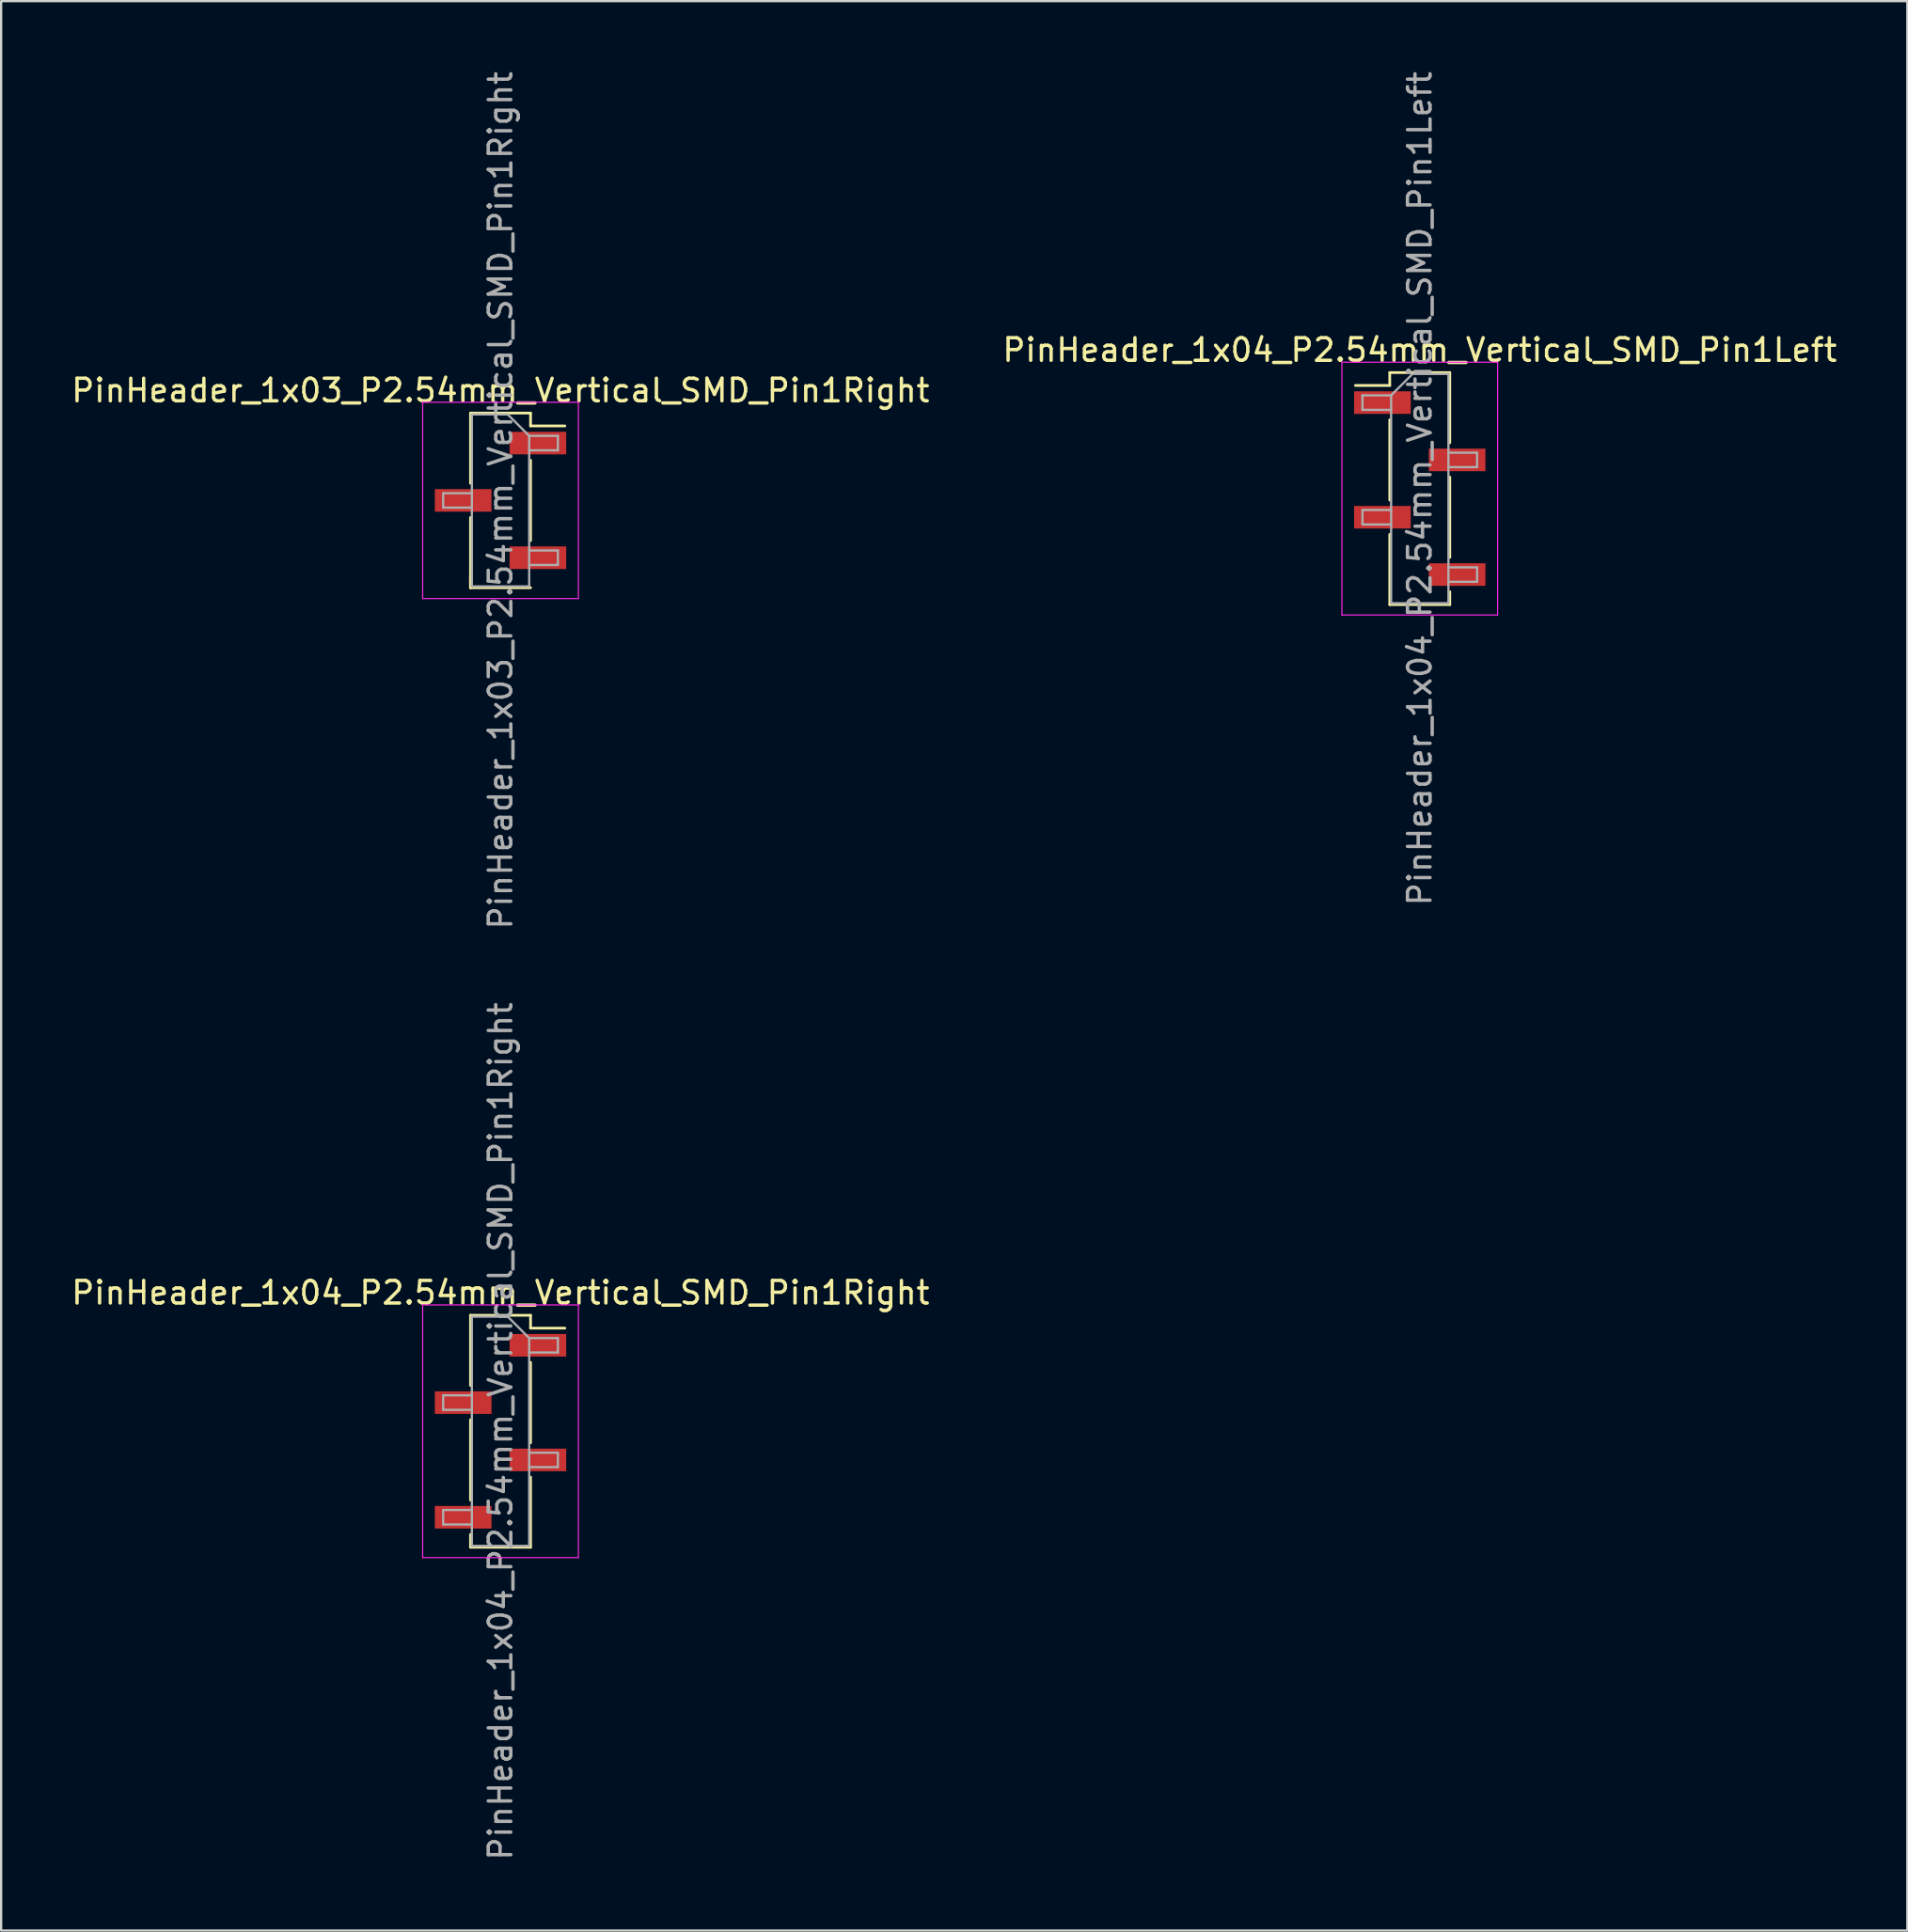
<source format=kicad_pcb>
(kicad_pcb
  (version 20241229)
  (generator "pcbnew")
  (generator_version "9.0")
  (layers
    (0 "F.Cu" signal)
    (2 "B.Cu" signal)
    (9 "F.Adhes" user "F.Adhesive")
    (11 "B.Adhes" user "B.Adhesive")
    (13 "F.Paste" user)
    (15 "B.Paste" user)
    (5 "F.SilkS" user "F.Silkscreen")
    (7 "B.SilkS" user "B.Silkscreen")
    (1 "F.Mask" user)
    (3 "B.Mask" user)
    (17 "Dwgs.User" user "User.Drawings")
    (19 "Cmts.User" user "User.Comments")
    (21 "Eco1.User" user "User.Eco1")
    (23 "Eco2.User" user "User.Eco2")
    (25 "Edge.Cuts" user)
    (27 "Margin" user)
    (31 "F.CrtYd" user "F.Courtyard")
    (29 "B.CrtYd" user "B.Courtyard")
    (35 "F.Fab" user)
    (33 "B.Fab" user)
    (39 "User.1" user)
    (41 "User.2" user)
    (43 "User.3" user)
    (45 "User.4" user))
  (footprint "PinHeader_1x03_P2.54mm_Vertical_SMD_Pin1Right"
    (layer "F.Cu")
    (at 19.125 19.125)
    (property "Reference" "PinHeader_1x03_P2.54mm_Vertical_SMD_Pin1Right" (at 0 -4.87 0) (layer "F.SilkS") (effects (font (size 1 1) (thickness 0.15))))
    (attr smd)
    (fp_line (start -1.33 -3.87) (end -1.33 -0.76) (stroke (width 0.12) (type solid)) (layer "F.SilkS"))
    (fp_line (start -1.33 -3.87) (end 1.33 -3.87) (stroke (width 0.12) (type solid)) (layer "F.SilkS"))
    (fp_line (start -1.33 0.76) (end -1.33 3.87) (stroke (width 0.12) (type solid)) (layer "F.SilkS"))
    (fp_line (start -1.33 3.3) (end -1.33 3.87) (stroke (width 0.12) (type solid)) (layer "F.SilkS"))
    (fp_line (start -1.33 3.87) (end 1.33 3.87) (stroke (width 0.12) (type solid)) (layer "F.SilkS"))
    (fp_line (start 1.33 -3.87) (end 1.33 -3.3) (stroke (width 0.12) (type solid)) (layer "F.SilkS"))
    (fp_line (start 1.33 -3.3) (end 2.85 -3.3) (stroke (width 0.12) (type solid)) (layer "F.SilkS"))
    (fp_line (start 1.33 -1.78) (end 1.33 1.78) (stroke (width 0.12) (type solid)) (layer "F.SilkS"))
    (fp_line (start -3.45 -4.35) (end -3.45 4.35) (stroke (width 0.05) (type solid)) (layer "F.CrtYd"))
    (fp_line (start -3.45 4.35) (end 3.45 4.35) (stroke (width 0.05) (type solid)) (layer "F.CrtYd"))
    (fp_line (start 3.45 -4.35) (end -3.45 -4.35) (stroke (width 0.05) (type solid)) (layer "F.CrtYd"))
    (fp_line (start 3.45 4.35) (end 3.45 -4.35) (stroke (width 0.05) (type solid)) (layer "F.CrtYd"))
    (fp_line (start -2.54 -0.32) (end -2.54 0.32) (stroke (width 0.1) (type solid)) (layer "F.Fab"))
    (fp_line (start -2.54 0.32) (end -1.27 0.32) (stroke (width 0.1) (type solid)) (layer "F.Fab"))
    (fp_line (start -1.27 -3.81) (end -1.27 3.81) (stroke (width 0.1) (type solid)) (layer "F.Fab"))
    (fp_line (start -1.27 -3.81) (end 0.32 -3.81) (stroke (width 0.1) (type solid)) (layer "F.Fab"))
    (fp_line (start -1.27 -0.32) (end -2.54 -0.32) (stroke (width 0.1) (type solid)) (layer "F.Fab"))
    (fp_line (start 1.27 -2.86) (end 0.32 -3.81) (stroke (width 0.1) (type solid)) (layer "F.Fab"))
    (fp_line (start 1.27 -2.86) (end 2.54 -2.86) (stroke (width 0.1) (type solid)) (layer "F.Fab"))
    (fp_line (start 1.27 2.22) (end 2.54 2.22) (stroke (width 0.1) (type solid)) (layer "F.Fab"))
    (fp_line (start 1.27 3.81) (end -1.27 3.81) (stroke (width 0.1) (type solid)) (layer "F.Fab"))
    (fp_line (start 1.27 3.81) (end 1.27 -2.86) (stroke (width 0.1) (type solid)) (layer "F.Fab"))
    (fp_line (start 2.54 -2.86) (end 2.54 -2.22) (stroke (width 0.1) (type solid)) (layer "F.Fab"))
    (fp_line (start 2.54 -2.22) (end 1.27 -2.22) (stroke (width 0.1) (type solid)) (layer "F.Fab"))
    (fp_line (start 2.54 2.22) (end 2.54 2.86) (stroke (width 0.1) (type solid)) (layer "F.Fab"))
    (fp_line (start 2.54 2.86) (end 1.27 2.86) (stroke (width 0.1) (type solid)) (layer "F.Fab"))
    (fp_text user "${REFERENCE}" (at 0 0 90) (layer "F.Fab") (effects (font (size 1 1) (thickness 0.15))))
    (pad "1" smd rect (at 1.655 -2.54) (size 2.51 1) (layers "F.Cu" "F.Mask" "F.Paste"))
    (pad "2" smd rect (at -1.655 0) (size 2.51 1) (layers "F.Cu" "F.Mask" "F.Paste"))
    (pad "3" smd rect (at 1.655 2.54) (size 2.51 1) (layers "F.Cu" "F.Mask" "F.Paste")))
  (footprint "PinHeader_1x04_P2.54mm_Vertical_SMD_Pin1Left"
    (layer "F.Cu")
    (at 59.851 18.601)
    (property "Reference" "PinHeader_1x04_P2.54mm_Vertical_SMD_Pin1Left" (at 0 -6.14 0) (layer "F.SilkS") (effects (font (size 1 1) (thickness 0.15))))
    (attr smd)
    (fp_line (start -1.33 -5.14) (end -1.33 -4.57) (stroke (width 0.12) (type solid)) (layer "F.SilkS"))
    (fp_line (start -1.33 -5.14) (end 1.33 -5.14) (stroke (width 0.12) (type solid)) (layer "F.SilkS"))
    (fp_line (start -1.33 -4.57) (end -2.85 -4.57) (stroke (width 0.12) (type solid)) (layer "F.SilkS"))
    (fp_line (start -1.33 -3.05) (end -1.33 0.51) (stroke (width 0.12) (type solid)) (layer "F.SilkS"))
    (fp_line (start -1.33 2.03) (end -1.33 5.14) (stroke (width 0.12) (type solid)) (layer "F.SilkS"))
    (fp_line (start -1.33 5.14) (end 1.33 5.14) (stroke (width 0.12) (type solid)) (layer "F.SilkS"))
    (fp_line (start 1.33 -5.14) (end 1.33 -2.03) (stroke (width 0.12) (type solid)) (layer "F.SilkS"))
    (fp_line (start 1.33 -0.51) (end 1.33 3.05) (stroke (width 0.12) (type solid)) (layer "F.SilkS"))
    (fp_line (start 1.33 4.57) (end 1.33 5.14) (stroke (width 0.12) (type solid)) (layer "F.SilkS"))
    (fp_line (start -3.45 -5.6) (end -3.45 5.6) (stroke (width 0.05) (type solid)) (layer "F.CrtYd"))
    (fp_line (start -3.45 5.6) (end 3.45 5.6) (stroke (width 0.05) (type solid)) (layer "F.CrtYd"))
    (fp_line (start 3.45 -5.6) (end -3.45 -5.6) (stroke (width 0.05) (type solid)) (layer "F.CrtYd"))
    (fp_line (start 3.45 5.6) (end 3.45 -5.6) (stroke (width 0.05) (type solid)) (layer "F.CrtYd"))
    (fp_line (start -2.54 -4.13) (end -2.54 -3.49) (stroke (width 0.1) (type solid)) (layer "F.Fab"))
    (fp_line (start -2.54 -3.49) (end -1.27 -3.49) (stroke (width 0.1) (type solid)) (layer "F.Fab"))
    (fp_line (start -2.54 0.95) (end -2.54 1.59) (stroke (width 0.1) (type solid)) (layer "F.Fab"))
    (fp_line (start -2.54 1.59) (end -1.27 1.59) (stroke (width 0.1) (type solid)) (layer "F.Fab"))
    (fp_line (start -1.27 -4.13) (end -2.54 -4.13) (stroke (width 0.1) (type solid)) (layer "F.Fab"))
    (fp_line (start -1.27 -4.13) (end -0.32 -5.08) (stroke (width 0.1) (type solid)) (layer "F.Fab"))
    (fp_line (start -1.27 0.95) (end -2.54 0.95) (stroke (width 0.1) (type solid)) (layer "F.Fab"))
    (fp_line (start -1.27 5.08) (end -1.27 -4.13) (stroke (width 0.1) (type solid)) (layer "F.Fab"))
    (fp_line (start -0.32 -5.08) (end 1.27 -5.08) (stroke (width 0.1) (type solid)) (layer "F.Fab"))
    (fp_line (start 1.27 -5.08) (end 1.27 5.08) (stroke (width 0.1) (type solid)) (layer "F.Fab"))
    (fp_line (start 1.27 -1.59) (end 2.54 -1.59) (stroke (width 0.1) (type solid)) (layer "F.Fab"))
    (fp_line (start 1.27 3.49) (end 2.54 3.49) (stroke (width 0.1) (type solid)) (layer "F.Fab"))
    (fp_line (start 1.27 5.08) (end -1.27 5.08) (stroke (width 0.1) (type solid)) (layer "F.Fab"))
    (fp_line (start 2.54 -1.59) (end 2.54 -0.95) (stroke (width 0.1) (type solid)) (layer "F.Fab"))
    (fp_line (start 2.54 -0.95) (end 1.27 -0.95) (stroke (width 0.1) (type solid)) (layer "F.Fab"))
    (fp_line (start 2.54 3.49) (end 2.54 4.13) (stroke (width 0.1) (type solid)) (layer "F.Fab"))
    (fp_line (start 2.54 4.13) (end 1.27 4.13) (stroke (width 0.1) (type solid)) (layer "F.Fab"))
    (fp_text user "${REFERENCE}" (at 0 0 90) (layer "F.Fab") (effects (font (size 1 1) (thickness 0.15))))
    (pad "1" smd rect (at -1.655 -3.81) (size 2.51 1) (layers "F.Cu" "F.Mask" "F.Paste"))
    (pad "2" smd rect (at 1.655 -1.27) (size 2.51 1) (layers "F.Cu" "F.Mask" "F.Paste"))
    (pad "3" smd rect (at -1.655 1.27) (size 2.51 1) (layers "F.Cu" "F.Mask" "F.Paste"))
    (pad "4" smd rect (at 1.655 3.81) (size 2.51 1) (layers "F.Cu" "F.Mask" "F.Paste")))
  (footprint "PinHeader_1x04_P2.54mm_Vertical_SMD_Pin1Right"
    (layer "F.Cu")
    (at 19.125 60.375)
    (property "Reference" "PinHeader_1x04_P2.54mm_Vertical_SMD_Pin1Right" (at 0 -6.14 0) (layer "F.SilkS") (effects (font (size 1 1) (thickness 0.15))))
    (attr smd)
    (fp_line (start -1.33 -5.14) (end -1.33 -2.03) (stroke (width 0.12) (type solid)) (layer "F.SilkS"))
    (fp_line (start -1.33 -5.14) (end 1.33 -5.14) (stroke (width 0.12) (type solid)) (layer "F.SilkS"))
    (fp_line (start -1.33 -0.51) (end -1.33 3.05) (stroke (width 0.12) (type solid)) (layer "F.SilkS"))
    (fp_line (start -1.33 4.57) (end -1.33 5.14) (stroke (width 0.12) (type solid)) (layer "F.SilkS"))
    (fp_line (start -1.33 5.14) (end 1.33 5.14) (stroke (width 0.12) (type solid)) (layer "F.SilkS"))
    (fp_line (start 1.33 -5.14) (end 1.33 -4.57) (stroke (width 0.12) (type solid)) (layer "F.SilkS"))
    (fp_line (start 1.33 -4.57) (end 2.85 -4.57) (stroke (width 0.12) (type solid)) (layer "F.SilkS"))
    (fp_line (start 1.33 -3.05) (end 1.33 0.51) (stroke (width 0.12) (type solid)) (layer "F.SilkS"))
    (fp_line (start 1.33 2.03) (end 1.33 5.14) (stroke (width 0.12) (type solid)) (layer "F.SilkS"))
    (fp_line (start -3.45 -5.6) (end -3.45 5.6) (stroke (width 0.05) (type solid)) (layer "F.CrtYd"))
    (fp_line (start -3.45 5.6) (end 3.45 5.6) (stroke (width 0.05) (type solid)) (layer "F.CrtYd"))
    (fp_line (start 3.45 -5.6) (end -3.45 -5.6) (stroke (width 0.05) (type solid)) (layer "F.CrtYd"))
    (fp_line (start 3.45 5.6) (end 3.45 -5.6) (stroke (width 0.05) (type solid)) (layer "F.CrtYd"))
    (fp_line (start -2.54 -1.59) (end -2.54 -0.95) (stroke (width 0.1) (type solid)) (layer "F.Fab"))
    (fp_line (start -2.54 -0.95) (end -1.27 -0.95) (stroke (width 0.1) (type solid)) (layer "F.Fab"))
    (fp_line (start -2.54 3.49) (end -2.54 4.13) (stroke (width 0.1) (type solid)) (layer "F.Fab"))
    (fp_line (start -2.54 4.13) (end -1.27 4.13) (stroke (width 0.1) (type solid)) (layer "F.Fab"))
    (fp_line (start -1.27 -5.08) (end -1.27 5.08) (stroke (width 0.1) (type solid)) (layer "F.Fab"))
    (fp_line (start -1.27 -5.08) (end 0.32 -5.08) (stroke (width 0.1) (type solid)) (layer "F.Fab"))
    (fp_line (start -1.27 -1.59) (end -2.54 -1.59) (stroke (width 0.1) (type solid)) (layer "F.Fab"))
    (fp_line (start -1.27 3.49) (end -2.54 3.49) (stroke (width 0.1) (type solid)) (layer "F.Fab"))
    (fp_line (start 1.27 -4.13) (end 0.32 -5.08) (stroke (width 0.1) (type solid)) (layer "F.Fab"))
    (fp_line (start 1.27 -4.13) (end 2.54 -4.13) (stroke (width 0.1) (type solid)) (layer "F.Fab"))
    (fp_line (start 1.27 0.95) (end 2.54 0.95) (stroke (width 0.1) (type solid)) (layer "F.Fab"))
    (fp_line (start 1.27 5.08) (end -1.27 5.08) (stroke (width 0.1) (type solid)) (layer "F.Fab"))
    (fp_line (start 1.27 5.08) (end 1.27 -4.13) (stroke (width 0.1) (type solid)) (layer "F.Fab"))
    (fp_line (start 2.54 -4.13) (end 2.54 -3.49) (stroke (width 0.1) (type solid)) (layer "F.Fab"))
    (fp_line (start 2.54 -3.49) (end 1.27 -3.49) (stroke (width 0.1) (type solid)) (layer "F.Fab"))
    (fp_line (start 2.54 0.95) (end 2.54 1.59) (stroke (width 0.1) (type solid)) (layer "F.Fab"))
    (fp_line (start 2.54 1.59) (end 1.27 1.59) (stroke (width 0.1) (type solid)) (layer "F.Fab"))
    (fp_text user "${REFERENCE}" (at 0 0 90) (layer "F.Fab") (effects (font (size 1 1) (thickness 0.15))))
    (pad "1" smd rect (at 1.655 -3.81) (size 2.51 1) (layers "F.Cu" "F.Mask" "F.Paste"))
    (pad "2" smd rect (at -1.655 -1.27) (size 2.51 1) (layers "F.Cu" "F.Mask" "F.Paste"))
    (pad "3" smd rect (at 1.655 1.27) (size 2.51 1) (layers "F.Cu" "F.Mask" "F.Paste"))
    (pad "4" smd rect (at -1.655 3.81) (size 2.51 1) (layers "F.Cu" "F.Mask" "F.Paste")))
  (gr_rect
    (start -3 -3)
    (end 81.452 82.5)
    (stroke (width 0.1) (type default))
    (fill no)
    (layer "Edge.Cuts")))
</source>
